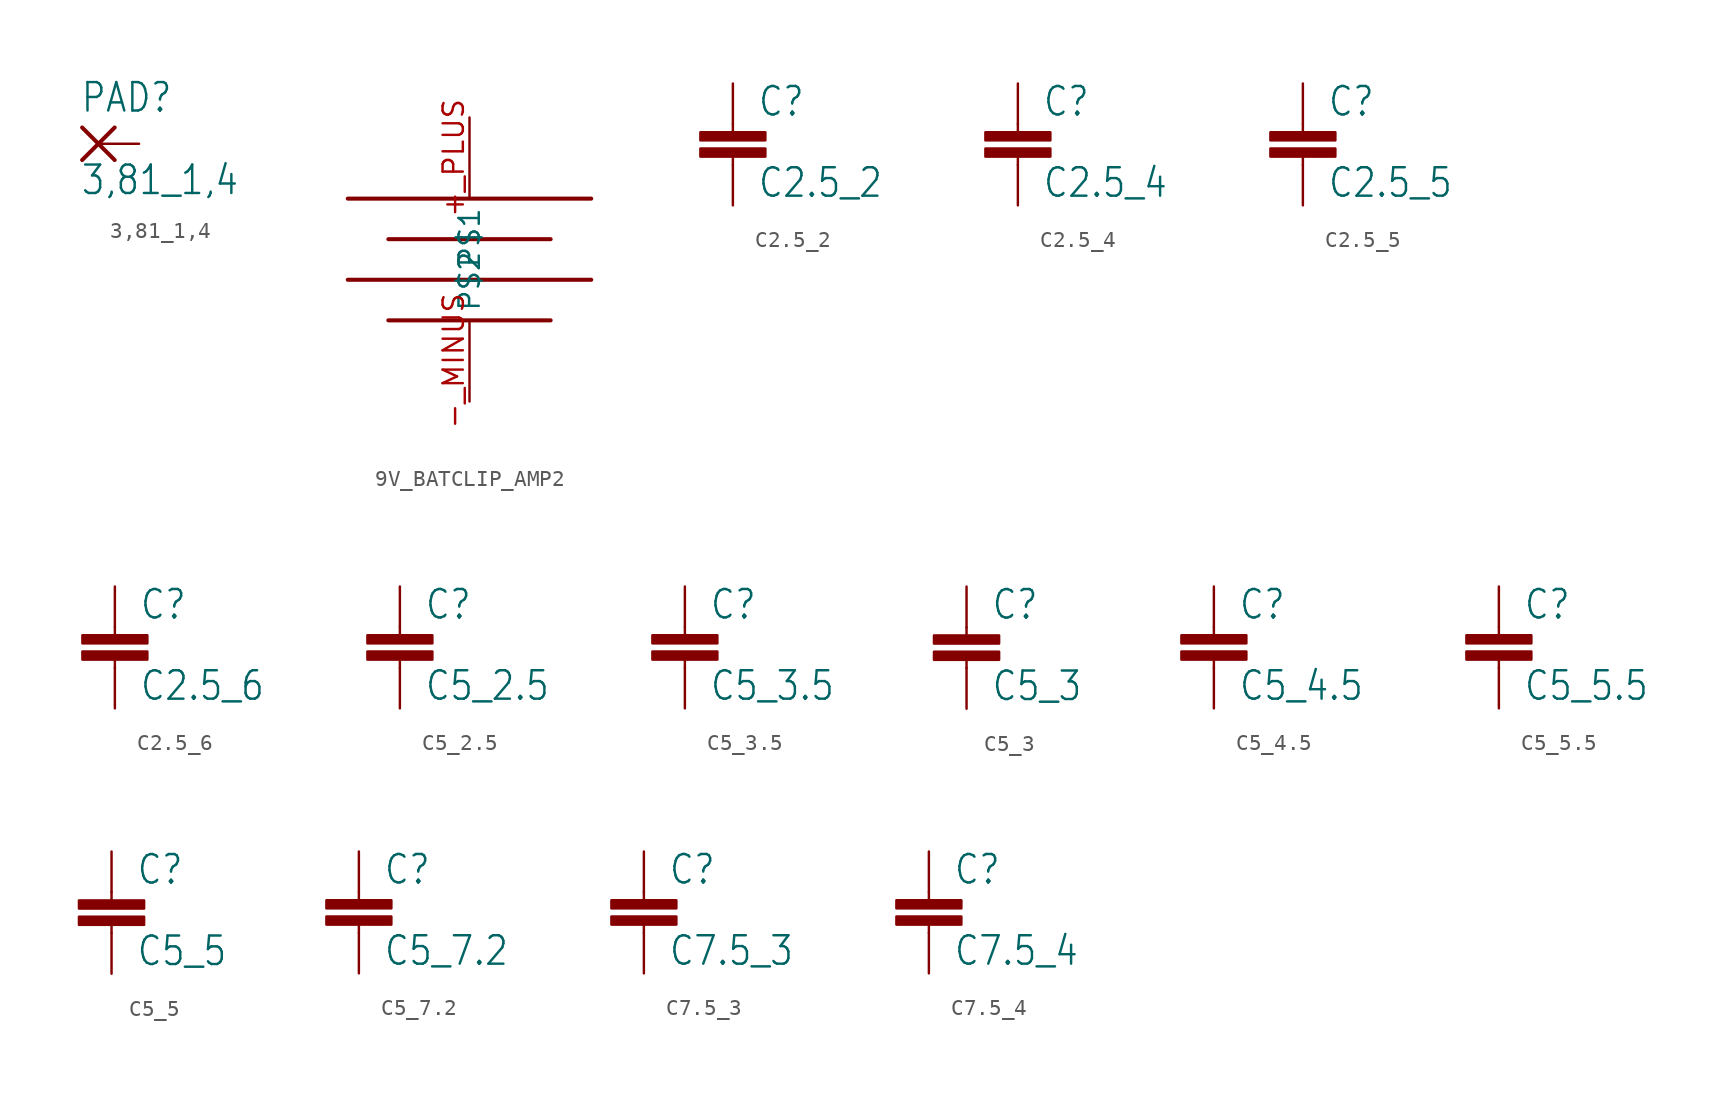
<source format=kicad_sym>
(kicad_symbol_lib
  (version 20200126)
  (host kicad_symbol_editor "(5.99.0-2281-g2f31bf278-dirty)")
  (symbol "3,81_1,4"
    (property "Reference" "PAD"
      (at -1.143 1.854 0)
      (effects (font (size 1.778 1.511)) (justify left bottom)))
    (property "Value" "3,81_1,4"
      (at -1.143 -3.302 0)
      (effects (font (size 1.778 1.511)) (justify left bottom)))
    (property "ki_locked" ""
      (at 0 0 0)
      (effects (font (size 1.27 1.27))))
    (symbol "3,81_1,4_1_0"
      (polyline (pts (xy -1.016 1.016) (xy 1.016 -1.016)) (stroke (width 0.254)) (fill (type none)))
      (polyline (pts (xy -1.016 -1.016) (xy 1.016 1.016)) (stroke (width 0.254)) (fill (type none)))
      (pin passive line (at 2.54 0 180) (length 2.54) (name "P" (effects (font (size 0 0)))) (number "1" (effects (font (size 0 0)))))))
  (symbol "9V_BATCLIP_AMP2"
    (property "Reference" ""
      (at 0 0 0)
      (effects (font (size 1.27 1.27)) hide))
    (property "ki_locked" ""
      (at 0 0 0)
      (effects (font (size 1.27 1.27))))
    (symbol "9V_BATCLIP_AMP2_1_0"
      (polyline (pts (xy -7.62 2.54) (xy 7.62 2.54)) (stroke (width 0.254)) (fill (type none)))
      (polyline (pts (xy -5.08 0) (xy 5.08 0)) (stroke (width 0.254)) (fill (type none)))
      (polyline (pts (xy -7.62 -2.54) (xy 7.62 -2.54)) (stroke (width 0.254)) (fill (type none)))
      (polyline (pts (xy -5.08 -5.08) (xy 5.08 -5.08)) (stroke (width 0.254)) (fill (type none)))
      (pin bidirectional line (at 0 7.62 270) (length 5.08) (name "P$1" (effects (font (size 1.27 1.27)))) (number "+_PLUS" (effects (font (size 1.27 1.27)))))
      (pin bidirectional line (at 0 -10.16 90) (length 5.08) (name "P$2" (effects (font (size 1.27 1.27)))) (number "-_MINUS" (effects (font (size 1.27 1.27)))))))
  (symbol "C2.5_2"
    (property "Reference" "C"
      (at 1.524 0.381 0)
      (effects (font (size 1.778 1.511)) (justify left bottom)))
    (property "Value" "C2.5_2"
      (at 1.524 -4.699 0)
      (effects (font (size 1.778 1.511)) (justify left bottom)))
    (property "ki_locked" ""
      (at 0 0 0)
      (effects (font (size 1.27 1.27))))
    (symbol "C2.5_2_1_0"
      (rectangle (start -2.032 -1.016) (end 2.032 -0.508) (stroke (width 0)) (fill (type outline)))
      (rectangle (start -2.032 -2.032) (end 2.032 -1.524) (stroke (width 0)) (fill (type outline)))
      (polyline (pts (xy 0 -2.54) (xy 0 -2.032)) (stroke (width 0.152)) (fill (type none)))
      (polyline (pts (xy 0 0) (xy 0 -0.508)) (stroke (width 0.152)) (fill (type none)))
      (pin passive line (at 0 2.54 270) (length 2.54) (name "1" (effects (font (size 0 0)))) (number "1" (effects (font (size 0 0)))))
      (pin passive line (at 0 -5.08 90) (length 2.54) (name "2" (effects (font (size 0 0)))) (number "2" (effects (font (size 0 0)))))))
  (symbol "C2.5_4"
    (property "Reference" "C"
      (at 1.524 0.381 0)
      (effects (font (size 1.778 1.511)) (justify left bottom)))
    (property "Value" "C2.5_4"
      (at 1.524 -4.699 0)
      (effects (font (size 1.778 1.511)) (justify left bottom)))
    (property "ki_locked" ""
      (at 0 0 0)
      (effects (font (size 1.27 1.27))))
    (symbol "C2.5_4_1_0"
      (rectangle (start -2.032 -1.016) (end 2.032 -0.508) (stroke (width 0)) (fill (type outline)))
      (rectangle (start -2.032 -2.032) (end 2.032 -1.524) (stroke (width 0)) (fill (type outline)))
      (polyline (pts (xy 0 -2.54) (xy 0 -2.032)) (stroke (width 0.152)) (fill (type none)))
      (polyline (pts (xy 0 0) (xy 0 -0.508)) (stroke (width 0.152)) (fill (type none)))
      (pin passive line (at 0 2.54 270) (length 2.54) (name "1" (effects (font (size 0 0)))) (number "1" (effects (font (size 0 0)))))
      (pin passive line (at 0 -5.08 90) (length 2.54) (name "2" (effects (font (size 0 0)))) (number "2" (effects (font (size 0 0)))))))
  (symbol "C2.5_5"
    (property "Reference" "C"
      (at 1.524 0.381 0)
      (effects (font (size 1.778 1.511)) (justify left bottom)))
    (property "Value" "C2.5_5"
      (at 1.524 -4.699 0)
      (effects (font (size 1.778 1.511)) (justify left bottom)))
    (property "ki_locked" ""
      (at 0 0 0)
      (effects (font (size 1.27 1.27))))
    (symbol "C2.5_5_1_0"
      (rectangle (start -2.032 -1.016) (end 2.032 -0.508) (stroke (width 0)) (fill (type outline)))
      (rectangle (start -2.032 -2.032) (end 2.032 -1.524) (stroke (width 0)) (fill (type outline)))
      (polyline (pts (xy 0 -2.54) (xy 0 -2.032)) (stroke (width 0.152)) (fill (type none)))
      (polyline (pts (xy 0 0) (xy 0 -0.508)) (stroke (width 0.152)) (fill (type none)))
      (pin passive line (at 0 2.54 270) (length 2.54) (name "1" (effects (font (size 0 0)))) (number "1" (effects (font (size 0 0)))))
      (pin passive line (at 0 -5.08 90) (length 2.54) (name "2" (effects (font (size 0 0)))) (number "2" (effects (font (size 0 0)))))))
  (symbol "C2.5_6"
    (property "Reference" "C"
      (at 1.524 0.381 0)
      (effects (font (size 1.778 1.511)) (justify left bottom)))
    (property "Value" "C2.5_6"
      (at 1.524 -4.699 0)
      (effects (font (size 1.778 1.511)) (justify left bottom)))
    (property "ki_locked" ""
      (at 0 0 0)
      (effects (font (size 1.27 1.27))))
    (symbol "C2.5_6_1_0"
      (rectangle (start -2.032 -1.016) (end 2.032 -0.508) (stroke (width 0)) (fill (type outline)))
      (rectangle (start -2.032 -2.032) (end 2.032 -1.524) (stroke (width 0)) (fill (type outline)))
      (polyline (pts (xy 0 -2.54) (xy 0 -2.032)) (stroke (width 0.152)) (fill (type none)))
      (polyline (pts (xy 0 0) (xy 0 -0.508)) (stroke (width 0.152)) (fill (type none)))
      (pin passive line (at 0 2.54 270) (length 2.54) (name "1" (effects (font (size 0 0)))) (number "1" (effects (font (size 0 0)))))
      (pin passive line (at 0 -5.08 90) (length 2.54) (name "2" (effects (font (size 0 0)))) (number "2" (effects (font (size 0 0)))))))
  (symbol "C5_2.5"
    (property "Reference" "C"
      (at 1.524 0.381 0)
      (effects (font (size 1.778 1.511)) (justify left bottom)))
    (property "Value" "C5_2.5"
      (at 1.524 -4.699 0)
      (effects (font (size 1.778 1.511)) (justify left bottom)))
    (property "ki_locked" ""
      (at 0 0 0)
      (effects (font (size 1.27 1.27))))
    (symbol "C5_2.5_1_0"
      (rectangle (start -2.032 -1.016) (end 2.032 -0.508) (stroke (width 0)) (fill (type outline)))
      (rectangle (start -2.032 -2.032) (end 2.032 -1.524) (stroke (width 0)) (fill (type outline)))
      (polyline (pts (xy 0 -2.54) (xy 0 -2.032)) (stroke (width 0.152)) (fill (type none)))
      (polyline (pts (xy 0 0) (xy 0 -0.508)) (stroke (width 0.152)) (fill (type none)))
      (pin passive line (at 0 2.54 270) (length 2.54) (name "1" (effects (font (size 0 0)))) (number "1" (effects (font (size 0 0)))))
      (pin passive line (at 0 -5.08 90) (length 2.54) (name "2" (effects (font (size 0 0)))) (number "2" (effects (font (size 0 0)))))))
  (symbol "C5_3.5"
    (property "Reference" "C"
      (at 1.524 0.381 0)
      (effects (font (size 1.778 1.511)) (justify left bottom)))
    (property "Value" "C5_3.5"
      (at 1.524 -4.699 0)
      (effects (font (size 1.778 1.511)) (justify left bottom)))
    (property "ki_locked" ""
      (at 0 0 0)
      (effects (font (size 1.27 1.27))))
    (symbol "C5_3.5_1_0"
      (rectangle (start -2.032 -1.016) (end 2.032 -0.508) (stroke (width 0)) (fill (type outline)))
      (rectangle (start -2.032 -2.032) (end 2.032 -1.524) (stroke (width 0)) (fill (type outline)))
      (polyline (pts (xy 0 -2.54) (xy 0 -2.032)) (stroke (width 0.152)) (fill (type none)))
      (polyline (pts (xy 0 0) (xy 0 -0.508)) (stroke (width 0.152)) (fill (type none)))
      (pin passive line (at 0 2.54 270) (length 2.54) (name "1" (effects (font (size 0 0)))) (number "1" (effects (font (size 0 0)))))
      (pin passive line (at 0 -5.08 90) (length 2.54) (name "2" (effects (font (size 0 0)))) (number "2" (effects (font (size 0 0)))))))
  (symbol "C5_3"
    (property "Reference" "C"
      (at 1.524 0.381 0)
      (effects (font (size 1.778 1.511)) (justify left bottom)))
    (property "Value" "C5_3"
      (at 1.524 -4.699 0)
      (effects (font (size 1.778 1.511)) (justify left bottom)))
    (property "ki_locked" ""
      (at 0 0 0)
      (effects (font (size 1.27 1.27))))
    (symbol "C5_3_1_0"
      (rectangle (start -2.032 -1.016) (end 2.032 -0.508) (stroke (width 0)) (fill (type outline)))
      (rectangle (start -2.032 -2.032) (end 2.032 -1.524) (stroke (width 0)) (fill (type outline)))
      (polyline (pts (xy 0 -2.54) (xy 0 -2.032)) (stroke (width 0.152)) (fill (type none)))
      (polyline (pts (xy 0 0) (xy 0 -0.508)) (stroke (width 0.152)) (fill (type none)))
      (pin passive line (at 0 2.54 270) (length 2.54) (name "1" (effects (font (size 0 0)))) (number "1" (effects (font (size 0 0)))))
      (pin passive line (at 0 -5.08 90) (length 2.54) (name "2" (effects (font (size 0 0)))) (number "2" (effects (font (size 0 0)))))))
  (symbol "C5_4.5"
    (property "Reference" "C"
      (at 1.524 0.381 0)
      (effects (font (size 1.778 1.511)) (justify left bottom)))
    (property "Value" "C5_4.5"
      (at 1.524 -4.699 0)
      (effects (font (size 1.778 1.511)) (justify left bottom)))
    (property "ki_locked" ""
      (at 0 0 0)
      (effects (font (size 1.27 1.27))))
    (symbol "C5_4.5_1_0"
      (rectangle (start -2.032 -1.016) (end 2.032 -0.508) (stroke (width 0)) (fill (type outline)))
      (rectangle (start -2.032 -2.032) (end 2.032 -1.524) (stroke (width 0)) (fill (type outline)))
      (polyline (pts (xy 0 -2.54) (xy 0 -2.032)) (stroke (width 0.152)) (fill (type none)))
      (polyline (pts (xy 0 0) (xy 0 -0.508)) (stroke (width 0.152)) (fill (type none)))
      (pin passive line (at 0 2.54 270) (length 2.54) (name "1" (effects (font (size 0 0)))) (number "1" (effects (font (size 0 0)))))
      (pin passive line (at 0 -5.08 90) (length 2.54) (name "2" (effects (font (size 0 0)))) (number "2" (effects (font (size 0 0)))))))
  (symbol "C5_5.5"
    (property "Reference" "C"
      (at 1.524 0.381 0)
      (effects (font (size 1.778 1.511)) (justify left bottom)))
    (property "Value" "C5_5.5"
      (at 1.524 -4.699 0)
      (effects (font (size 1.778 1.511)) (justify left bottom)))
    (property "ki_locked" ""
      (at 0 0 0)
      (effects (font (size 1.27 1.27))))
    (symbol "C5_5.5_1_0"
      (rectangle (start -2.032 -1.016) (end 2.032 -0.508) (stroke (width 0)) (fill (type outline)))
      (rectangle (start -2.032 -2.032) (end 2.032 -1.524) (stroke (width 0)) (fill (type outline)))
      (polyline (pts (xy 0 -2.54) (xy 0 -2.032)) (stroke (width 0.152)) (fill (type none)))
      (polyline (pts (xy 0 0) (xy 0 -0.508)) (stroke (width 0.152)) (fill (type none)))
      (pin passive line (at 0 2.54 270) (length 2.54) (name "1" (effects (font (size 0 0)))) (number "1" (effects (font (size 0 0)))))
      (pin passive line (at 0 -5.08 90) (length 2.54) (name "2" (effects (font (size 0 0)))) (number "2" (effects (font (size 0 0)))))))
  (symbol "C5_5"
    (property "Reference" "C"
      (at 1.524 0.381 0)
      (effects (font (size 1.778 1.511)) (justify left bottom)))
    (property "Value" "C5_5"
      (at 1.524 -4.699 0)
      (effects (font (size 1.778 1.511)) (justify left bottom)))
    (property "ki_locked" ""
      (at 0 0 0)
      (effects (font (size 1.27 1.27))))
    (symbol "C5_5_1_0"
      (rectangle (start -2.032 -1.016) (end 2.032 -0.508) (stroke (width 0)) (fill (type outline)))
      (rectangle (start -2.032 -2.032) (end 2.032 -1.524) (stroke (width 0)) (fill (type outline)))
      (polyline (pts (xy 0 -2.54) (xy 0 -2.032)) (stroke (width 0.152)) (fill (type none)))
      (polyline (pts (xy 0 0) (xy 0 -0.508)) (stroke (width 0.152)) (fill (type none)))
      (pin passive line (at 0 2.54 270) (length 2.54) (name "1" (effects (font (size 0 0)))) (number "1" (effects (font (size 0 0)))))
      (pin passive line (at 0 -5.08 90) (length 2.54) (name "2" (effects (font (size 0 0)))) (number "2" (effects (font (size 0 0)))))))
  (symbol "C5_7.2"
    (property "Reference" "C"
      (at 1.524 0.381 0)
      (effects (font (size 1.778 1.511)) (justify left bottom)))
    (property "Value" "C5_7.2"
      (at 1.524 -4.699 0)
      (effects (font (size 1.778 1.511)) (justify left bottom)))
    (property "ki_locked" ""
      (at 0 0 0)
      (effects (font (size 1.27 1.27))))
    (symbol "C5_7.2_1_0"
      (rectangle (start -2.032 -1.016) (end 2.032 -0.508) (stroke (width 0)) (fill (type outline)))
      (rectangle (start -2.032 -2.032) (end 2.032 -1.524) (stroke (width 0)) (fill (type outline)))
      (polyline (pts (xy 0 -2.54) (xy 0 -2.032)) (stroke (width 0.152)) (fill (type none)))
      (polyline (pts (xy 0 0) (xy 0 -0.508)) (stroke (width 0.152)) (fill (type none)))
      (pin passive line (at 0 2.54 270) (length 2.54) (name "1" (effects (font (size 0 0)))) (number "1" (effects (font (size 0 0)))))
      (pin passive line (at 0 -5.08 90) (length 2.54) (name "2" (effects (font (size 0 0)))) (number "2" (effects (font (size 0 0)))))))
  (symbol "C7.5_3"
    (property "Reference" "C"
      (at 1.524 0.381 0)
      (effects (font (size 1.778 1.511)) (justify left bottom)))
    (property "Value" "C7.5_3"
      (at 1.524 -4.699 0)
      (effects (font (size 1.778 1.511)) (justify left bottom)))
    (property "ki_locked" ""
      (at 0 0 0)
      (effects (font (size 1.27 1.27))))
    (symbol "C7.5_3_1_0"
      (rectangle (start -2.032 -1.016) (end 2.032 -0.508) (stroke (width 0)) (fill (type outline)))
      (rectangle (start -2.032 -2.032) (end 2.032 -1.524) (stroke (width 0)) (fill (type outline)))
      (polyline (pts (xy 0 -2.54) (xy 0 -2.032)) (stroke (width 0.152)) (fill (type none)))
      (polyline (pts (xy 0 0) (xy 0 -0.508)) (stroke (width 0.152)) (fill (type none)))
      (pin passive line (at 0 2.54 270) (length 2.54) (name "1" (effects (font (size 0 0)))) (number "1" (effects (font (size 0 0)))))
      (pin passive line (at 0 -5.08 90) (length 2.54) (name "2" (effects (font (size 0 0)))) (number "2" (effects (font (size 0 0)))))))
  (symbol "C7.5_4"
    (property "Reference" "C"
      (at 1.524 0.381 0)
      (effects (font (size 1.778 1.511)) (justify left bottom)))
    (property "Value" "C7.5_4"
      (at 1.524 -4.699 0)
      (effects (font (size 1.778 1.511)) (justify left bottom)))
    (property "ki_locked" ""
      (at 0 0 0)
      (effects (font (size 1.27 1.27))))
    (symbol "C7.5_4_1_0"
      (rectangle (start -2.032 -1.016) (end 2.032 -0.508) (stroke (width 0)) (fill (type outline)))
      (rectangle (start -2.032 -2.032) (end 2.032 -1.524) (stroke (width 0)) (fill (type outline)))
      (polyline (pts (xy 0 -2.54) (xy 0 -2.032)) (stroke (width 0.152)) (fill (type none)))
      (polyline (pts (xy 0 0) (xy 0 -0.508)) (stroke (width 0.152)) (fill (type none)))
      (pin passive line (at 0 2.54 270) (length 2.54) (name "1" (effects (font (size 0 0)))) (number "1" (effects (font (size 0 0)))))
      (pin passive line (at 0 -5.08 90) (length 2.54) (name "2" (effects (font (size 0 0)))) (number "2" (effects (font (size 0 0))))))))
</source>
